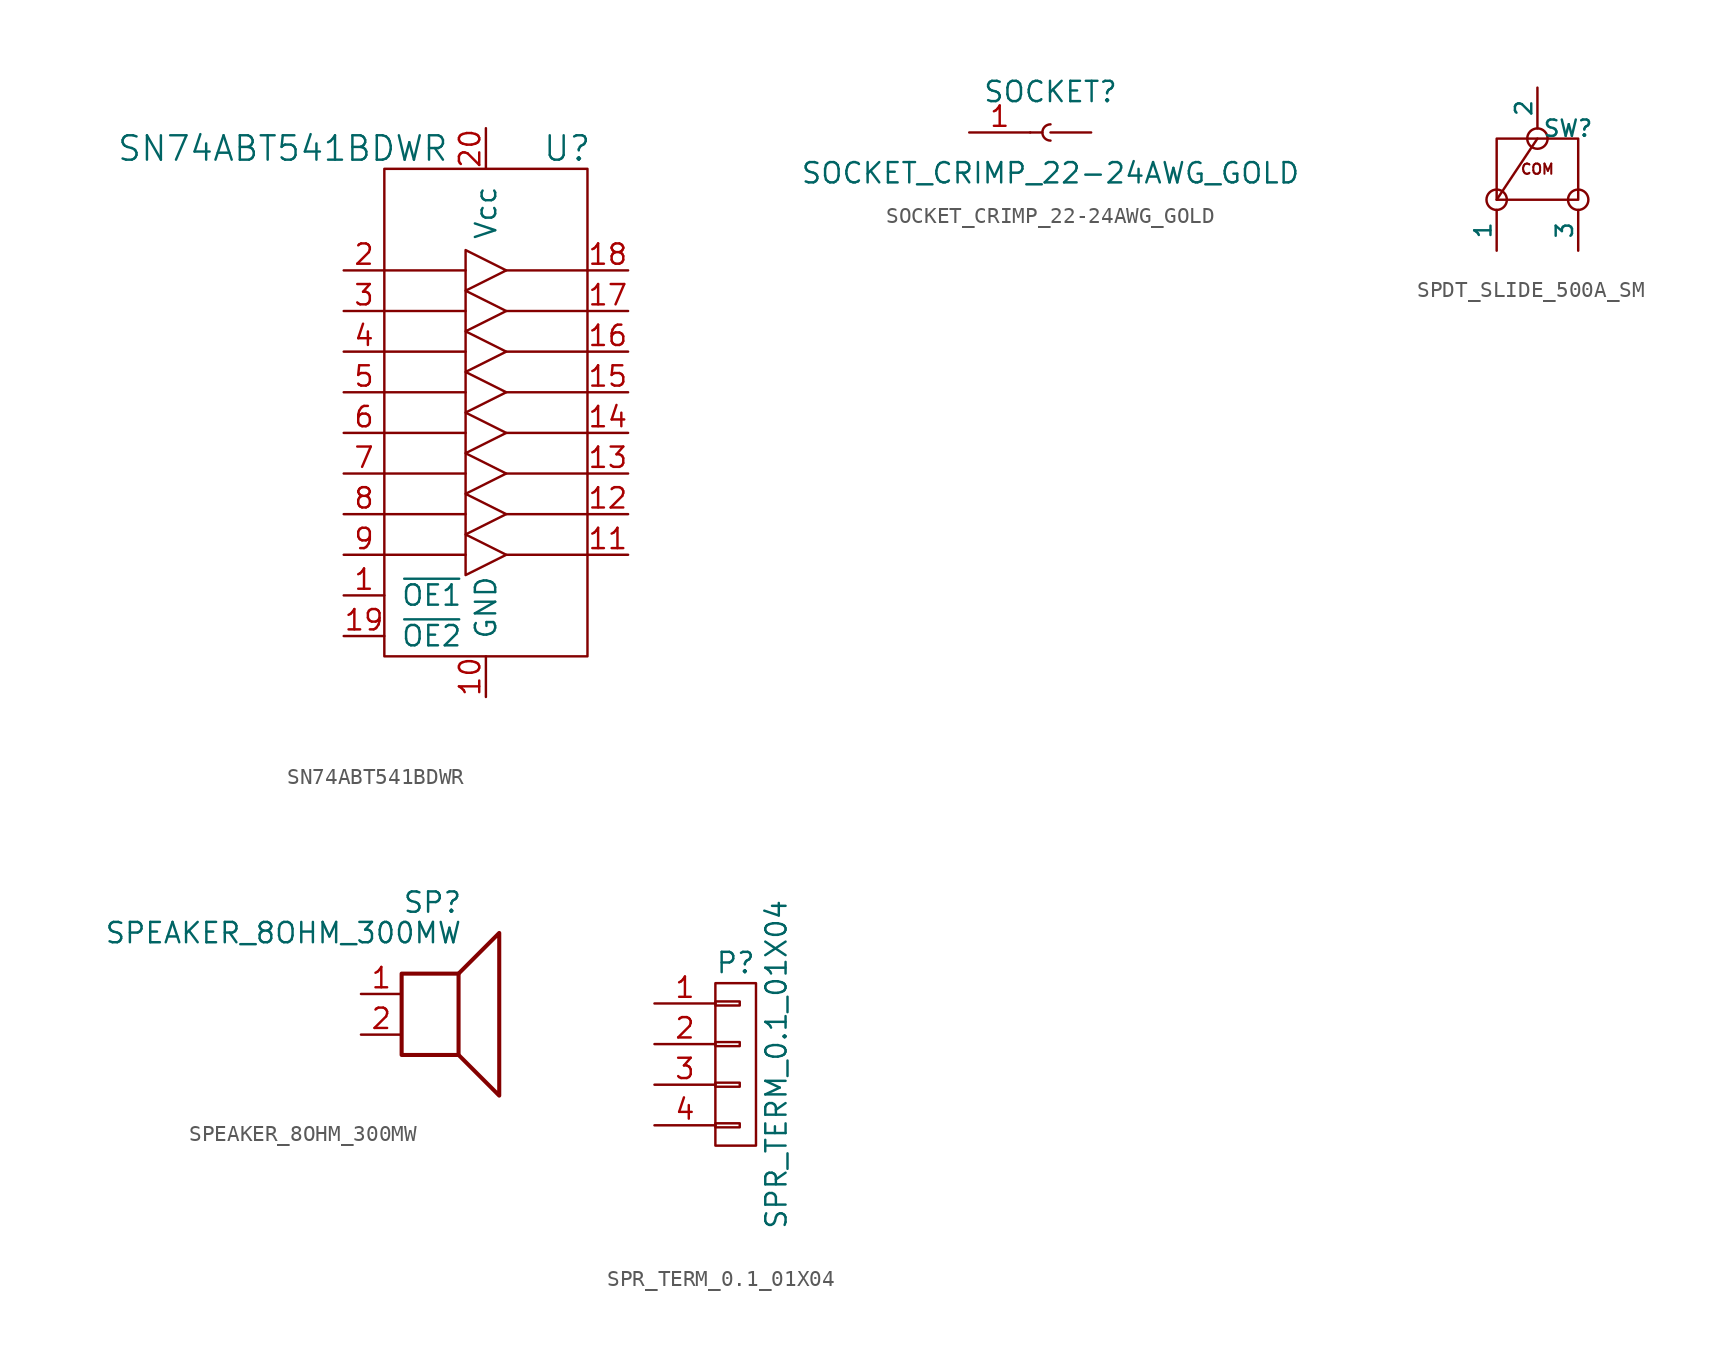
<source format=kicad_sym>
(kicad_symbol_lib
  (version 20211014)
  (generator kicad_symbol_editor)
  (symbol "SN74ABT541BDWR"
    (pin_names
      (offset 1.016))
    (property "Reference" "U"
      (at 5.08 16.51 0)
      (effects (font (size 1.524 1.524))))
    (property "Value" "SN74ABT541BDWR"
      (at -12.7 16.51 0)
      (effects (font (size 1.524 1.524))))
    (symbol "SN74ABT541BDWR_0_1"
      (rectangle (start -6.35 15.24) (end 6.35 -15.24) (stroke (width 0) (type default) (color 0 0 0 0)) (fill (type none)))
      (polyline (pts (xy -6.35 -8.89) (xy -1.27 -8.89)) (stroke (width 0) (type default) (color 0 0 0 0)) (fill (type none)))
      (polyline (pts (xy -6.35 -6.35) (xy -1.27 -6.35)) (stroke (width 0) (type default) (color 0 0 0 0)) (fill (type none)))
      (polyline (pts (xy -6.35 -3.81) (xy -1.27 -3.81)) (stroke (width 0) (type default) (color 0 0 0 0)) (fill (type none)))
      (polyline (pts (xy -6.35 -1.27) (xy -1.27 -1.27)) (stroke (width 0) (type default) (color 0 0 0 0)) (fill (type none)))
      (polyline (pts (xy -6.35 1.27) (xy -1.27 1.27)) (stroke (width 0) (type default) (color 0 0 0 0)) (fill (type none)))
      (polyline (pts (xy -6.35 3.81) (xy -1.27 3.81)) (stroke (width 0) (type default) (color 0 0 0 0)) (fill (type none)))
      (polyline (pts (xy -6.35 6.35) (xy -1.27 6.35)) (stroke (width 0) (type default) (color 0 0 0 0)) (fill (type none)))
      (polyline (pts (xy -6.35 8.89) (xy -1.27 8.89)) (stroke (width 0) (type default) (color 0 0 0 0)) (fill (type none)))
      (polyline (pts (xy 1.27 -8.89) (xy 6.35 -8.89)) (stroke (width 0) (type default) (color 0 0 0 0)) (fill (type none)))
      (polyline (pts (xy 1.27 -6.35) (xy 6.35 -6.35)) (stroke (width 0) (type default) (color 0 0 0 0)) (fill (type none)))
      (polyline (pts (xy 1.27 -3.81) (xy 6.35 -3.81)) (stroke (width 0) (type default) (color 0 0 0 0)) (fill (type none)))
      (polyline (pts (xy 1.27 -1.27) (xy 6.35 -1.27)) (stroke (width 0) (type default) (color 0 0 0 0)) (fill (type none)))
      (polyline (pts (xy 1.27 1.27) (xy 6.35 1.27)) (stroke (width 0) (type default) (color 0 0 0 0)) (fill (type none)))
      (polyline (pts (xy 1.27 3.81) (xy 6.35 3.81)) (stroke (width 0) (type default) (color 0 0 0 0)) (fill (type none)))
      (polyline (pts (xy 1.27 6.35) (xy 6.35 6.35)) (stroke (width 0) (type default) (color 0 0 0 0)) (fill (type none)))
      (polyline (pts (xy 1.27 8.89) (xy 6.35 8.89)) (stroke (width 0) (type default) (color 0 0 0 0)) (fill (type none)))
      (polyline (pts (xy -1.27 -7.62) (xy -1.27 -10.16) (xy 1.27 -8.89) (xy -1.27 -7.62)) (stroke (width 0) (type default) (color 0 0 0 0)) (fill (type none)))
      (polyline (pts (xy -1.27 -5.08) (xy -1.27 -7.62) (xy 1.27 -6.35) (xy -1.27 -5.08)) (stroke (width 0) (type default) (color 0 0 0 0)) (fill (type none)))
      (polyline (pts (xy -1.27 -2.54) (xy -1.27 -5.08) (xy 1.27 -3.81) (xy -1.27 -2.54)) (stroke (width 0) (type default) (color 0 0 0 0)) (fill (type none)))
      (polyline (pts (xy -1.27 0) (xy -1.27 -2.54) (xy 1.27 -1.27) (xy -1.27 0)) (stroke (width 0) (type default) (color 0 0 0 0)) (fill (type none)))
      (polyline (pts (xy -1.27 2.54) (xy -1.27 5.08) (xy 1.27 3.81) (xy -1.27 2.54)) (stroke (width 0) (type default) (color 0 0 0 0)) (fill (type none)))
      (polyline (pts (xy -1.27 2.54) (xy 1.27 1.27) (xy -1.27 0) (xy -1.27 2.54)) (stroke (width 0) (type default) (color 0 0 0 0)) (fill (type none)))
      (polyline (pts (xy -1.27 5.08) (xy -1.27 7.62) (xy 1.27 6.35) (xy -1.27 5.08)) (stroke (width 0) (type default) (color 0 0 0 0)) (fill (type none)))
      (polyline (pts (xy -1.27 7.62) (xy -1.27 10.16) (xy 1.27 8.89) (xy -1.27 7.62)) (stroke (width 0) (type default) (color 0 0 0 0)) (fill (type none))))
    (symbol "SN74ABT541BDWR_1_1"
      (pin input line (at -8.89 -11.43 0) (length 2.54) (name "~{OE1}" (effects (font (size 1.27 1.27)))) (number "1" (effects (font (size 1.27 1.27)))))
      (pin power_in line (at 0 -17.78 90) (length 2.54) (name "GND" (effects (font (size 1.27 1.27)))) (number "10" (effects (font (size 1.27 1.27)))))
      (pin output line (at 8.89 -8.89 180) (length 2.54) (name "~" (effects (font (size 1.27 1.27)))) (number "11" (effects (font (size 1.27 1.27)))))
      (pin output line (at 8.89 -6.35 180) (length 2.54) (name "~" (effects (font (size 1.27 1.27)))) (number "12" (effects (font (size 1.27 1.27)))))
      (pin output line (at 8.89 -3.81 180) (length 2.54) (name "~" (effects (font (size 1.27 1.27)))) (number "13" (effects (font (size 1.27 1.27)))))
      (pin output line (at 8.89 -1.27 180) (length 2.54) (name "~" (effects (font (size 1.27 1.27)))) (number "14" (effects (font (size 1.27 1.27)))))
      (pin output line (at 8.89 1.27 180) (length 2.54) (name "~" (effects (font (size 1.27 1.27)))) (number "15" (effects (font (size 1.27 1.27)))))
      (pin output line (at 8.89 3.81 180) (length 2.54) (name "~" (effects (font (size 1.27 1.27)))) (number "16" (effects (font (size 1.27 1.27)))))
      (pin output line (at 8.89 6.35 180) (length 2.54) (name "~" (effects (font (size 1.27 1.27)))) (number "17" (effects (font (size 1.27 1.27)))))
      (pin output line (at 8.89 8.89 180) (length 2.54) (name "~" (effects (font (size 1.27 1.27)))) (number "18" (effects (font (size 1.27 1.27)))))
      (pin input line (at -8.89 -13.97 0) (length 2.54) (name "~{OE2}" (effects (font (size 1.27 1.27)))) (number "19" (effects (font (size 1.27 1.27)))))
      (pin input line (at -8.89 8.89 0) (length 2.54) (name "~" (effects (font (size 1.27 1.27)))) (number "2" (effects (font (size 1.27 1.27)))))
      (pin power_in line (at 0 17.78 270) (length 2.54) (name "Vcc" (effects (font (size 1.27 1.27)))) (number "20" (effects (font (size 1.27 1.27)))))
      (pin input line (at -8.89 6.35 0) (length 2.54) (name "~" (effects (font (size 1.27 1.27)))) (number "3" (effects (font (size 1.27 1.27)))))
      (pin input line (at -8.89 3.81 0) (length 2.54) (name "~" (effects (font (size 1.27 1.27)))) (number "4" (effects (font (size 1.27 1.27)))))
      (pin input line (at -8.89 1.27 0) (length 2.54) (name "~" (effects (font (size 1.27 1.27)))) (number "5" (effects (font (size 1.27 1.27)))))
      (pin input line (at -8.89 -1.27 0) (length 2.54) (name "~" (effects (font (size 1.27 1.27)))) (number "6" (effects (font (size 1.27 1.27)))))
      (pin input line (at -8.89 -3.81 0) (length 2.54) (name "~" (effects (font (size 1.27 1.27)))) (number "7" (effects (font (size 1.27 1.27)))))
      (pin input line (at -8.89 -6.35 0) (length 2.54) (name "~" (effects (font (size 1.27 1.27)))) (number "8" (effects (font (size 1.27 1.27)))))
      (pin input line (at -8.89 -8.89 0) (length 2.54) (name "~" (effects (font (size 1.27 1.27)))) (number "9" (effects (font (size 1.27 1.27)))))))
  (symbol "SOCKET_CRIMP_22-24AWG_GOLD"
    (pin_names
      (offset 1.016) hide)
    (property "Reference" "SOCKET"
      (at 0 2.54 0)
      (effects (font (size 1.27 1.27))))
    (property "Value" "SOCKET_CRIMP_22-24AWG_GOLD"
      (at 0 -2.54 0)
      (effects (font (size 1.27 1.27))))
    (symbol "SOCKET_CRIMP_22-24AWG_GOLD_1_1"
      (polyline (pts (xy -1.27 0) (xy -0.508 0)) (stroke (width 0.152) (type default) (color 0 0 0 0)) (fill (type none)))
      (arc (start 0 0.508) (mid -0.508 0) (end 0 -0.508) (stroke (width 0.1524) (type default) (color 0 0 0 0)) (fill (type none)))
      (pin passive line (at -5.08 0 0) (length 3.81) (name "~" (effects (font (size 1.27 1.27)))) (number "1" (effects (font (size 1.27 1.27)))))
      (pin passive line (at 2.54 0 180) (length 2.54) (name "~" (effects (font (size 1.27 1.27)))) (number "~" (effects (font (size 1.27 1.27)))))))
  (symbol "SPDT_SLIDE_500A_SM"
    (pin_numbers hide)
    (pin_names
      (offset 0))
    (property "Reference" "SW"
      (at 1.905 2.54 0)
      (effects (font (size 1.016 1.016))))
    (property "Datasheet" ""
      (at 0 0 0)
      (effects (font (size 1.524 1.524))))
    (symbol "SPDT_SLIDE_500A_SM_0_0"
      (rectangle (start -2.54 1.905) (end 2.54 -1.905) (stroke (width 0) (type default) (color 0 0 0 0)) (fill (type none)))
      (text "COM" (at 0 0 0) (effects (font (size 0.635 0.635) bold))))
    (symbol "SPDT_SLIDE_500A_SM_0_1"
      (circle (center -2.54 -1.905) (radius 0.635) (stroke (width 0) (type default) (color 0 0 0 0)) (fill (type none)))
      (polyline (pts (xy 0 1.905) (xy -2.54 -1.905)) (stroke (width 0) (type default) (color 0 0 0 0)) (fill (type none)))
      (circle (center 0 1.905) (radius 0.635) (stroke (width 0) (type default) (color 0 0 0 0)) (fill (type none)))
      (circle (center 2.54 -1.905) (radius 0.635) (stroke (width 0) (type default) (color 0 0 0 0)) (fill (type none))))
    (symbol "SPDT_SLIDE_500A_SM_1_1"
      (pin passive line (at -2.54 -5.08 90) (length 2.54) (name "1" (effects (font (size 1.016 1.016)))) (number "1" (effects (font (size 1.016 1.016)))))
      (pin passive line (at 0 5.08 270) (length 2.54) (name "2" (effects (font (size 1.016 1.016)))) (number "2" (effects (font (size 1.016 1.016)))))
      (pin passive line (at 2.54 -5.08 90) (length 2.54) (name "3" (effects (font (size 1.016 1.016)))) (number "3" (effects (font (size 1.016 1.016)))))))
  (symbol "SPEAKER_8OHM_300MW"
    (pin_names
      (offset 0) hide)
    (property "Reference" "SP"
      (at 1.27 5.715 0)
      (effects (font (size 1.27 1.27)) (justify right)))
    (property "Value" "SPEAKER_8OHM_300MW"
      (at 1.27 3.81 0)
      (effects (font (size 1.27 1.27)) (justify right)))
    (symbol "SPEAKER_8OHM_300MW_0_0"
      (rectangle (start -2.54 1.27) (end 1.016 -3.81) (stroke (width 0.254) (type default) (color 0 0 0 0)) (fill (type none)))
      (polyline (pts (xy 1.016 1.27) (xy 3.556 3.81) (xy 3.556 -6.35) (xy 1.016 -3.81)) (stroke (width 0.254) (type default) (color 0 0 0 0)) (fill (type none))))
    (symbol "SPEAKER_8OHM_300MW_1_1"
      (pin input line (at -5.08 0 0) (length 2.54) (name "+" (effects (font (size 1.27 1.27)))) (number "1" (effects (font (size 1.27 1.27)))))
      (pin input line (at -5.08 -2.54 0) (length 2.54) (name "-" (effects (font (size 1.27 1.27)))) (number "2" (effects (font (size 1.27 1.27)))))))
  (symbol "SPR_TERM_0.1_01X04"
    (pin_names
      (offset 1.016) hide)
    (property "Reference" "P"
      (at 0 6.35 0)
      (effects (font (size 1.27 1.27))))
    (property "Value" "SPR_TERM_0.1_01X04"
      (at 2.54 0 90)
      (effects (font (size 1.27 1.27))))
    (property "Datasheet" ""
      (at 0 6.35 0)
      (effects (font (size 1.27 1.27))))
    (symbol "SPR_TERM_0.1_01X04_0_1"
      (rectangle (start -1.27 -3.683) (end 0.254 -3.937) (stroke (width 0) (type default) (color 0 0 0 0)) (fill (type none)))
      (rectangle (start -1.27 -1.143) (end 0.254 -1.397) (stroke (width 0) (type default) (color 0 0 0 0)) (fill (type none)))
      (rectangle (start -1.27 1.397) (end 0.254 1.143) (stroke (width 0) (type default) (color 0 0 0 0)) (fill (type none)))
      (rectangle (start -1.27 3.937) (end 0.254 3.683) (stroke (width 0) (type default) (color 0 0 0 0)) (fill (type none)))
      (rectangle (start -1.27 5.08) (end 1.27 -5.08) (stroke (width 0) (type default) (color 0 0 0 0)) (fill (type none))))
    (symbol "SPR_TERM_0.1_01X04_1_1"
      (pin passive line (at -5.08 3.81 0) (length 3.81) (name "P1" (effects (font (size 1.27 1.27)))) (number "1" (effects (font (size 1.27 1.27)))))
      (pin passive line (at -5.08 1.27 0) (length 3.81) (name "P2" (effects (font (size 1.27 1.27)))) (number "2" (effects (font (size 1.27 1.27)))))
      (pin passive line (at -5.08 -1.27 0) (length 3.81) (name "P3" (effects (font (size 1.27 1.27)))) (number "3" (effects (font (size 1.27 1.27)))))
      (pin passive line (at -5.08 -3.81 0) (length 3.81) (name "P4" (effects (font (size 1.27 1.27)))) (number "4" (effects (font (size 1.27 1.27))))))))
</source>
